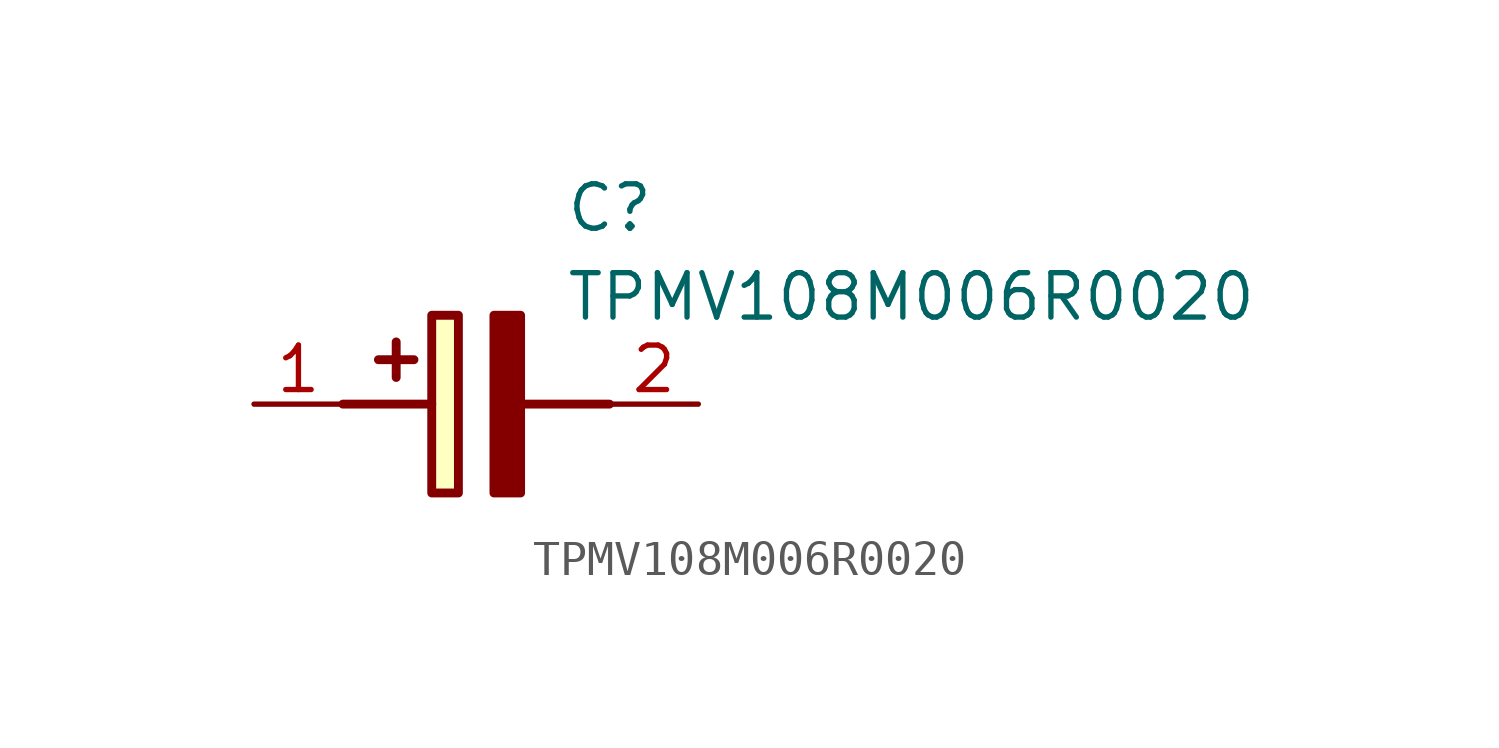
<source format=kicad_sym>
(kicad_symbol_lib
  (version 20211014)
  (generator SamacSys_ECAD_Model)
  (symbol "TPMV108M006R0020"
    (pin_names hide)
    (property "Reference" "C"
      (at 8.89 6.35 0)
      (effects (font (size 1.27 1.27)) (justify left top)))
    (property "Value" "TPMV108M006R0020"
      (at 8.89 3.81 0)
      (effects (font (size 1.27 1.27)) (justify left top)))
    (rectangle
      (start 5.08 2.54)
      (end 5.842 -2.54)
      (stroke (width 0.254) (type default))
      (fill (type background)))
    (polyline
      (pts (xy 4.572 1.27) (xy 3.556 1.27))
      (stroke (width 0.254) (type default))
      (fill (type none)))
    (polyline
      (pts (xy 4.064 1.778) (xy 4.064 0.762))
      (stroke (width 0.254) (type default))
      (fill (type none)))
    (polyline
      (pts (xy 2.54 0) (xy 5.08 0))
      (stroke (width 0.254) (type default))
      (fill (type none)))
    (polyline
      (pts (xy 7.62 0) (xy 10.16 0))
      (stroke (width 0.254) (type default))
      (fill (type none)))
    (polyline
      (pts (xy 7.62 2.54) (xy 7.62 -2.54) (xy 6.858 -2.54) (xy 6.858 2.54) (xy 7.62 2.54))
      (stroke (width 0.254) (type default))
      (fill (type outline)))
    (pin passive line
      (at 0 0 0)
      (length 2.54)
      (name "+" (effects (font (size 1.27 1.27))))
      (number "1" (effects (font (size 1.27 1.27)))))
    (pin passive line
      (at 12.7 0 180)
      (length 2.54)
      (name "-" (effects (font (size 1.27 1.27))))
      (number "2" (effects (font (size 1.27 1.27)))))))
</source>
